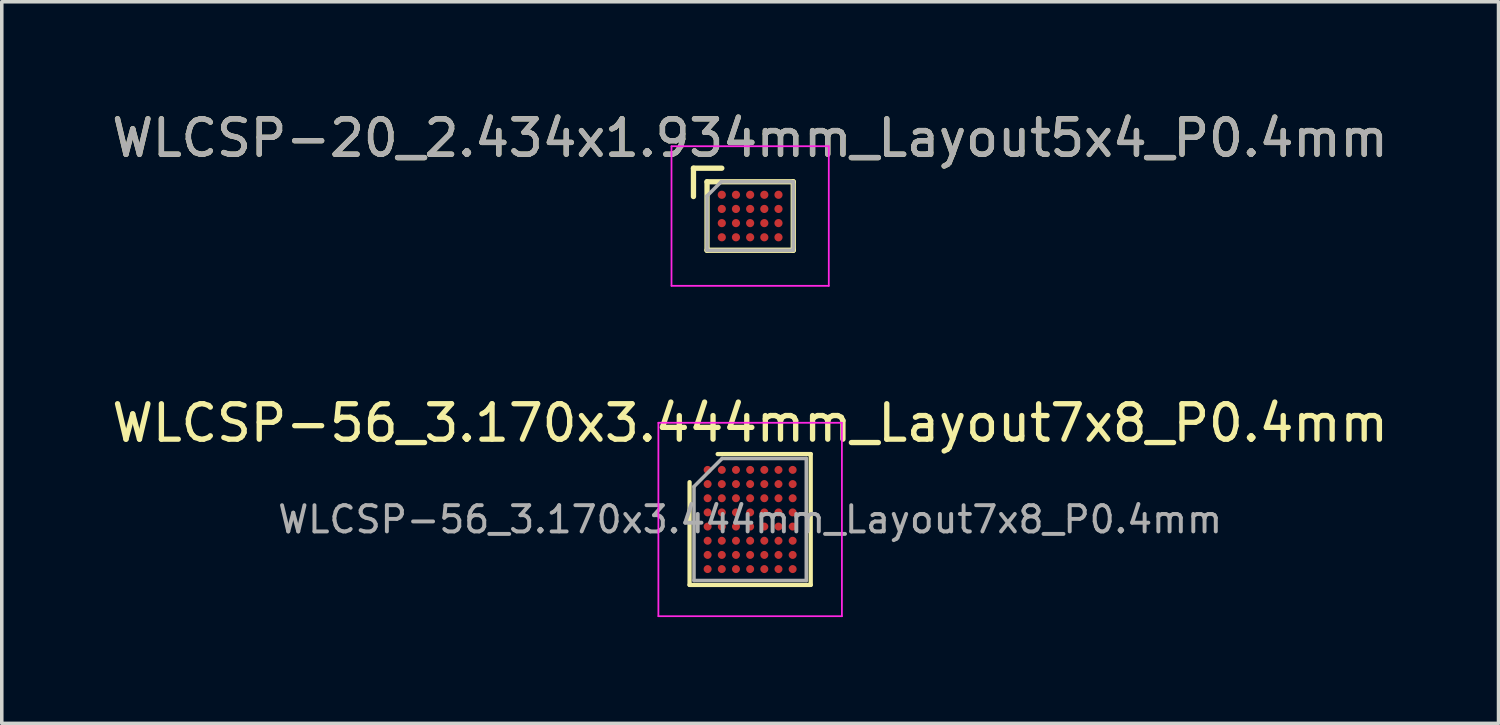
<source format=kicad_pcb>
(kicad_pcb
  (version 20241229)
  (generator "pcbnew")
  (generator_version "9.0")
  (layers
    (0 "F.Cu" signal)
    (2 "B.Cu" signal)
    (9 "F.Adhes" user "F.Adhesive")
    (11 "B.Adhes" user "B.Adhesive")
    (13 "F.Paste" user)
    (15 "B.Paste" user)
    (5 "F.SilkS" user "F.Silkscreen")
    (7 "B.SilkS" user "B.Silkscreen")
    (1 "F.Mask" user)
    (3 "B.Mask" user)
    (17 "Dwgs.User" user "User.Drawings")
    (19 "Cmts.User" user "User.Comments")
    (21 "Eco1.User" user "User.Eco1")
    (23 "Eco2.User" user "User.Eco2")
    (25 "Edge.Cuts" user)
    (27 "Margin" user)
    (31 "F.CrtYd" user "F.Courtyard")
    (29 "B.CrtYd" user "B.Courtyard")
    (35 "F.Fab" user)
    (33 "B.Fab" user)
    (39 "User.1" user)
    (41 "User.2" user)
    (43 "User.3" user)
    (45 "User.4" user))
  (footprint "WLCSP-20_2.434x1.934mm_Layout5x4_P0.4mm"
    (layer "F.Cu")
    (at 18.125 3.048)
    (property "Reference" "WLCSP-20_2.434x1.934mm_Layout5x4_P0.4mm" (at 0 -2.2 0) (layer "F.SilkS") (effects (font (size 1 1) (thickness 0.15))))
    (attr smd)
    (fp_line (start -1.6 -0.55) (end -1.6 -1.35) (stroke (width 0.15) (type solid)) (layer "F.SilkS"))
    (fp_line (start -1.217 -0.967) (end 1.217 -0.967) (stroke (width 0.15) (type solid)) (layer "F.SilkS"))
    (fp_line (start -1.217 0.967) (end -1.217 -0.967) (stroke (width 0.15) (type solid)) (layer "F.SilkS"))
    (fp_line (start -1.217 0.967) (end 1.217 0.967) (stroke (width 0.15) (type solid)) (layer "F.SilkS"))
    (fp_line (start -0.8 -1.35) (end -1.6 -1.35) (stroke (width 0.15) (type solid)) (layer "F.SilkS"))
    (fp_line (start 1.217 0.967) (end 1.217 -0.967) (stroke (width 0.15) (type solid)) (layer "F.SilkS"))
    (fp_line (start -2.22 -1.97) (end 2.22 -1.97) (stroke (width 0.05) (type solid)) (layer "F.CrtYd"))
    (fp_line (start -2.22 1.97) (end -2.22 -1.97) (stroke (width 0.05) (type solid)) (layer "F.CrtYd"))
    (fp_line (start 2.22 -1.97) (end 2.22 1.97) (stroke (width 0.05) (type solid)) (layer "F.CrtYd"))
    (fp_line (start 2.22 1.97) (end -2.22 1.97) (stroke (width 0.05) (type solid)) (layer "F.CrtYd"))
    (fp_line (start -1.217 -0.567) (end -0.817 -0.967) (stroke (width 0.1) (type solid)) (layer "F.Fab"))
    (fp_line (start -1.217 0.967) (end -1.217 -0.567) (stroke (width 0.1) (type solid)) (layer "F.Fab"))
    (fp_line (start -1.217 0.967) (end 1.217 0.967) (stroke (width 0.1) (type solid)) (layer "F.Fab"))
    (fp_line (start -0.817 -0.967) (end 1.217 -0.967) (stroke (width 0.1) (type solid)) (layer "F.Fab"))
    (fp_line (start 1.217 0.967) (end 1.217 -0.967) (stroke (width 0.1) (type solid)) (layer "F.Fab"))
    (fp_text user "${REFERENCE}" (at 0 -2.2 0) (layer "F.Fab") (effects (font (size 1 1) (thickness 0.15))))
    (pad "A1" smd circle (at -0.8 -0.6) (size 0.23 0.23) (layers "F.Cu" "F.Mask" "F.Paste"))
    (pad "A2" smd circle (at -0.8 -0.2) (size 0.23 0.23) (layers "F.Cu" "F.Mask" "F.Paste"))
    (pad "A3" smd circle (at -0.8 0.2) (size 0.23 0.23) (layers "F.Cu" "F.Mask" "F.Paste"))
    (pad "A4" smd circle (at -0.8 0.6) (size 0.23 0.23) (layers "F.Cu" "F.Mask" "F.Paste"))
    (pad "B1" smd circle (at -0.4 -0.6) (size 0.23 0.23) (layers "F.Cu" "F.Mask" "F.Paste"))
    (pad "B2" smd circle (at -0.4 -0.2) (size 0.23 0.23) (layers "F.Cu" "F.Mask" "F.Paste"))
    (pad "B3" smd circle (at -0.4 0.2) (size 0.23 0.23) (layers "F.Cu" "F.Mask" "F.Paste"))
    (pad "B4" smd circle (at -0.4 0.6) (size 0.23 0.23) (layers "F.Cu" "F.Mask" "F.Paste"))
    (pad "C1" smd circle (at 0 -0.6) (size 0.23 0.23) (layers "F.Cu" "F.Mask" "F.Paste"))
    (pad "C2" smd circle (at 0 -0.2) (size 0.23 0.23) (layers "F.Cu" "F.Mask" "F.Paste"))
    (pad "C3" smd circle (at 0 0.2) (size 0.23 0.23) (layers "F.Cu" "F.Mask" "F.Paste"))
    (pad "C4" smd circle (at 0 0.6) (size 0.23 0.23) (layers "F.Cu" "F.Mask" "F.Paste"))
    (pad "D1" smd circle (at 0.4 -0.6) (size 0.23 0.23) (layers "F.Cu" "F.Mask" "F.Paste"))
    (pad "D2" smd circle (at 0.4 -0.2) (size 0.23 0.23) (layers "F.Cu" "F.Mask" "F.Paste"))
    (pad "D3" smd circle (at 0.4 0.2) (size 0.23 0.23) (layers "F.Cu" "F.Mask" "F.Paste"))
    (pad "D4" smd circle (at 0.4 0.6) (size 0.23 0.23) (layers "F.Cu" "F.Mask" "F.Paste"))
    (pad "E1" smd circle (at 0.8 -0.6) (size 0.23 0.23) (layers "F.Cu" "F.Mask" "F.Paste"))
    (pad "E2" smd circle (at 0.8 -0.2) (size 0.23 0.23) (layers "F.Cu" "F.Mask" "F.Paste"))
    (pad "E3" smd circle (at 0.8 0.2) (size 0.23 0.23) (layers "F.Cu" "F.Mask" "F.Paste"))
    (pad "E4" smd circle (at 0.8 0.6) (size 0.23 0.23) (layers "F.Cu" "F.Mask" "F.Paste")))
  (footprint "WLCSP-56_3.170x3.444mm_Layout7x8_P0.4mm"
    (layer "F.Cu")
    (at 18.125 11.614)
    (property "Reference" "WLCSP-56_3.170x3.444mm_Layout7x8_P0.4mm" (at 0 -2.722 0) (layer "F.SilkS") (effects (font (size 1 1) (thickness 0.15))))
    (attr smd)
    (fp_line (start -1.71 1.847) (end -1.71 -1.054) (stroke (width 0.12) (type solid)) (layer "F.SilkS"))
    (fp_line (start -0.917 -1.847) (end 1.71 -1.847) (stroke (width 0.12) (type solid)) (layer "F.SilkS"))
    (fp_line (start 1.71 -1.847) (end 1.71 1.847) (stroke (width 0.12) (type solid)) (layer "F.SilkS"))
    (fp_line (start 1.71 1.847) (end -1.71 1.847) (stroke (width 0.12) (type solid)) (layer "F.SilkS"))
    (fp_line (start -2.59 -2.73) (end -2.59 2.73) (stroke (width 0.05) (type solid)) (layer "F.CrtYd"))
    (fp_line (start -2.59 2.73) (end 2.59 2.73) (stroke (width 0.05) (type solid)) (layer "F.CrtYd"))
    (fp_line (start 2.59 -2.73) (end -2.59 -2.73) (stroke (width 0.05) (type solid)) (layer "F.CrtYd"))
    (fp_line (start 2.59 2.73) (end 2.59 -2.73) (stroke (width 0.05) (type solid)) (layer "F.CrtYd"))
    (fp_line (start -1.585 -0.929) (end -0.792 -1.722) (stroke (width 0.1) (type solid)) (layer "F.Fab"))
    (fp_line (start -1.585 1.722) (end -1.585 -0.929) (stroke (width 0.1) (type solid)) (layer "F.Fab"))
    (fp_line (start -0.792 -1.722) (end 1.585 -1.722) (stroke (width 0.1) (type solid)) (layer "F.Fab"))
    (fp_line (start 1.585 -1.722) (end 1.585 1.722) (stroke (width 0.1) (type solid)) (layer "F.Fab"))
    (fp_line (start 1.585 1.722) (end -1.585 1.722) (stroke (width 0.1) (type solid)) (layer "F.Fab"))
    (fp_text user "${REFERENCE}" (at 0 0 0) (layer "F.Fab") (effects (font (size 0.74 0.74) (thickness 0.111))))
    (pad "A1" smd circle (at -1.2 -1.4) (size 0.225 0.225) (layers "F.Cu" "F.Mask" "F.Paste"))
    (pad "A2" smd circle (at -0.8 -1.4) (size 0.225 0.225) (layers "F.Cu" "F.Mask" "F.Paste"))
    (pad "A3" smd circle (at -0.4 -1.4) (size 0.225 0.225) (layers "F.Cu" "F.Mask" "F.Paste"))
    (pad "A4" smd circle (at 0 -1.4) (size 0.225 0.225) (layers "F.Cu" "F.Mask" "F.Paste"))
    (pad "A5" smd circle (at 0.4 -1.4) (size 0.225 0.225) (layers "F.Cu" "F.Mask" "F.Paste"))
    (pad "A6" smd circle (at 0.8 -1.4) (size 0.225 0.225) (layers "F.Cu" "F.Mask" "F.Paste"))
    (pad "A7" smd circle (at 1.2 -1.4) (size 0.225 0.225) (layers "F.Cu" "F.Mask" "F.Paste"))
    (pad "B1" smd circle (at -1.2 -1) (size 0.225 0.225) (layers "F.Cu" "F.Mask" "F.Paste"))
    (pad "B2" smd circle (at -0.8 -1) (size 0.225 0.225) (layers "F.Cu" "F.Mask" "F.Paste"))
    (pad "B3" smd circle (at -0.4 -1) (size 0.225 0.225) (layers "F.Cu" "F.Mask" "F.Paste"))
    (pad "B4" smd circle (at 0 -1) (size 0.225 0.225) (layers "F.Cu" "F.Mask" "F.Paste"))
    (pad "B5" smd circle (at 0.4 -1) (size 0.225 0.225) (layers "F.Cu" "F.Mask" "F.Paste"))
    (pad "B6" smd circle (at 0.8 -1) (size 0.225 0.225) (layers "F.Cu" "F.Mask" "F.Paste"))
    (pad "B7" smd circle (at 1.2 -1) (size 0.225 0.225) (layers "F.Cu" "F.Mask" "F.Paste"))
    (pad "C1" smd circle (at -1.2 -0.6) (size 0.225 0.225) (layers "F.Cu" "F.Mask" "F.Paste"))
    (pad "C2" smd circle (at -0.8 -0.6) (size 0.225 0.225) (layers "F.Cu" "F.Mask" "F.Paste"))
    (pad "C3" smd circle (at -0.4 -0.6) (size 0.225 0.225) (layers "F.Cu" "F.Mask" "F.Paste"))
    (pad "C4" smd circle (at 0 -0.6) (size 0.225 0.225) (layers "F.Cu" "F.Mask" "F.Paste"))
    (pad "C5" smd circle (at 0.4 -0.6) (size 0.225 0.225) (layers "F.Cu" "F.Mask" "F.Paste"))
    (pad "C6" smd circle (at 0.8 -0.6) (size 0.225 0.225) (layers "F.Cu" "F.Mask" "F.Paste"))
    (pad "C7" smd circle (at 1.2 -0.6) (size 0.225 0.225) (layers "F.Cu" "F.Mask" "F.Paste"))
    (pad "D1" smd circle (at -1.2 -0.2) (size 0.225 0.225) (layers "F.Cu" "F.Mask" "F.Paste"))
    (pad "D2" smd circle (at -0.8 -0.2) (size 0.225 0.225) (layers "F.Cu" "F.Mask" "F.Paste"))
    (pad "D3" smd circle (at -0.4 -0.2) (size 0.225 0.225) (layers "F.Cu" "F.Mask" "F.Paste"))
    (pad "D4" smd circle (at 0 -0.2) (size 0.225 0.225) (layers "F.Cu" "F.Mask" "F.Paste"))
    (pad "D5" smd circle (at 0.4 -0.2) (size 0.225 0.225) (layers "F.Cu" "F.Mask" "F.Paste"))
    (pad "D6" smd circle (at 0.8 -0.2) (size 0.225 0.225) (layers "F.Cu" "F.Mask" "F.Paste"))
    (pad "D7" smd circle (at 1.2 -0.2) (size 0.225 0.225) (layers "F.Cu" "F.Mask" "F.Paste"))
    (pad "E1" smd circle (at -1.2 0.2) (size 0.225 0.225) (layers "F.Cu" "F.Mask" "F.Paste"))
    (pad "E2" smd circle (at -0.8 0.2) (size 0.225 0.225) (layers "F.Cu" "F.Mask" "F.Paste"))
    (pad "E3" smd circle (at -0.4 0.2) (size 0.225 0.225) (layers "F.Cu" "F.Mask" "F.Paste"))
    (pad "E4" smd circle (at 0 0.2) (size 0.225 0.225) (layers "F.Cu" "F.Mask" "F.Paste"))
    (pad "E5" smd circle (at 0.4 0.2) (size 0.225 0.225) (layers "F.Cu" "F.Mask" "F.Paste"))
    (pad "E6" smd circle (at 0.8 0.2) (size 0.225 0.225) (layers "F.Cu" "F.Mask" "F.Paste"))
    (pad "E7" smd circle (at 1.2 0.2) (size 0.225 0.225) (layers "F.Cu" "F.Mask" "F.Paste"))
    (pad "F1" smd circle (at -1.2 0.6) (size 0.225 0.225) (layers "F.Cu" "F.Mask" "F.Paste"))
    (pad "F2" smd circle (at -0.8 0.6) (size 0.225 0.225) (layers "F.Cu" "F.Mask" "F.Paste"))
    (pad "F3" smd circle (at -0.4 0.6) (size 0.225 0.225) (layers "F.Cu" "F.Mask" "F.Paste"))
    (pad "F4" smd circle (at 0 0.6) (size 0.225 0.225) (layers "F.Cu" "F.Mask" "F.Paste"))
    (pad "F5" smd circle (at 0.4 0.6) (size 0.225 0.225) (layers "F.Cu" "F.Mask" "F.Paste"))
    (pad "F6" smd circle (at 0.8 0.6) (size 0.225 0.225) (layers "F.Cu" "F.Mask" "F.Paste"))
    (pad "F7" smd circle (at 1.2 0.6) (size 0.225 0.225) (layers "F.Cu" "F.Mask" "F.Paste"))
    (pad "G1" smd circle (at -1.2 1) (size 0.225 0.225) (layers "F.Cu" "F.Mask" "F.Paste"))
    (pad "G2" smd circle (at -0.8 1) (size 0.225 0.225) (layers "F.Cu" "F.Mask" "F.Paste"))
    (pad "G3" smd circle (at -0.4 1) (size 0.225 0.225) (layers "F.Cu" "F.Mask" "F.Paste"))
    (pad "G4" smd circle (at 0 1) (size 0.225 0.225) (layers "F.Cu" "F.Mask" "F.Paste"))
    (pad "G5" smd circle (at 0.4 1) (size 0.225 0.225) (layers "F.Cu" "F.Mask" "F.Paste"))
    (pad "G6" smd circle (at 0.8 1) (size 0.225 0.225) (layers "F.Cu" "F.Mask" "F.Paste"))
    (pad "G7" smd circle (at 1.2 1) (size 0.225 0.225) (layers "F.Cu" "F.Mask" "F.Paste"))
    (pad "H1" smd circle (at -1.2 1.4) (size 0.225 0.225) (layers "F.Cu" "F.Mask" "F.Paste"))
    (pad "H2" smd circle (at -0.8 1.4) (size 0.225 0.225) (layers "F.Cu" "F.Mask" "F.Paste"))
    (pad "H3" smd circle (at -0.4 1.4) (size 0.225 0.225) (layers "F.Cu" "F.Mask" "F.Paste"))
    (pad "H4" smd circle (at 0 1.4) (size 0.225 0.225) (layers "F.Cu" "F.Mask" "F.Paste"))
    (pad "H5" smd circle (at 0.4 1.4) (size 0.225 0.225) (layers "F.Cu" "F.Mask" "F.Paste"))
    (pad "H6" smd circle (at 0.8 1.4) (size 0.225 0.225) (layers "F.Cu" "F.Mask" "F.Paste"))
    (pad "H7" smd circle (at 1.2 1.4) (size 0.225 0.225) (layers "F.Cu" "F.Mask" "F.Paste")))
  (gr_rect
    (start -3 -3)
    (end 39.25 17.369)
    (stroke (width 0.1) (type default))
    (fill no)
    (layer "Edge.Cuts")))
</source>
